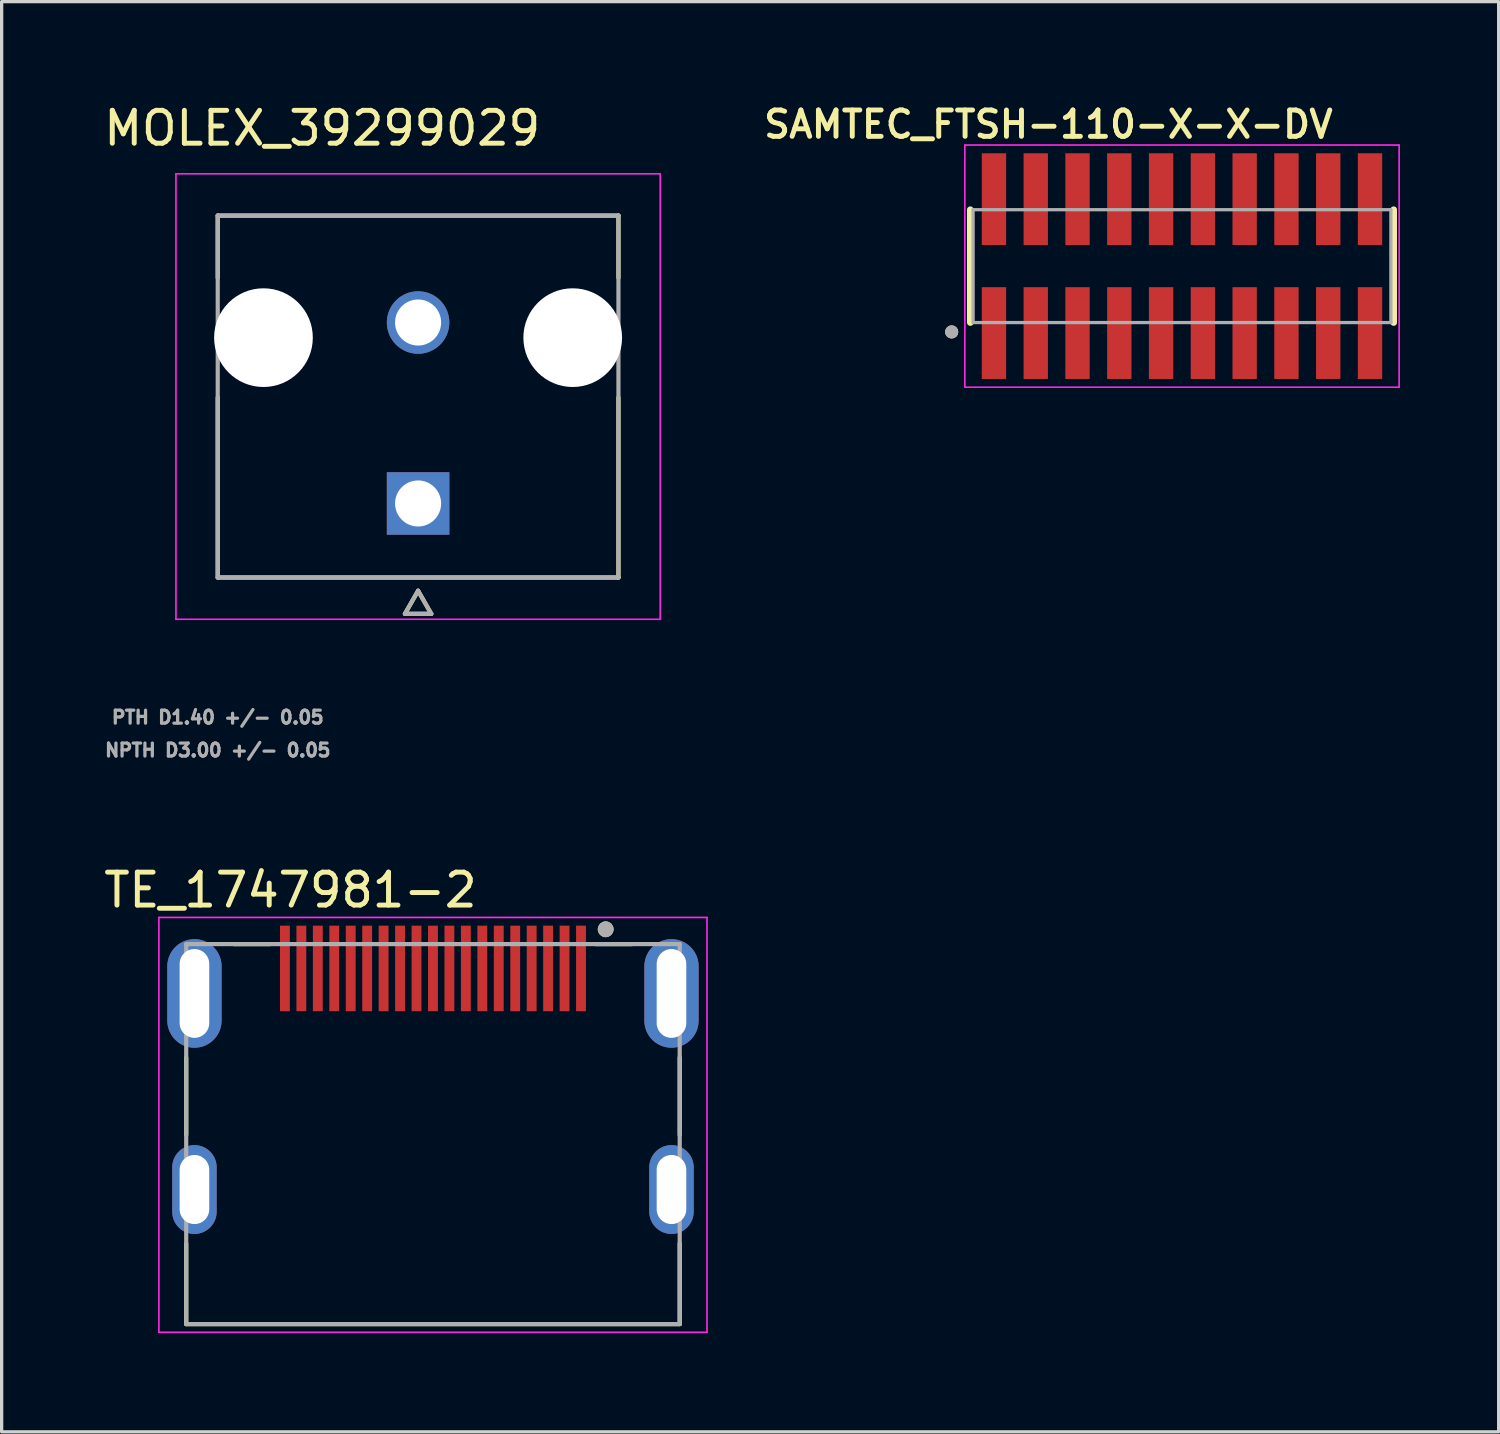
<source format=kicad_pcb>
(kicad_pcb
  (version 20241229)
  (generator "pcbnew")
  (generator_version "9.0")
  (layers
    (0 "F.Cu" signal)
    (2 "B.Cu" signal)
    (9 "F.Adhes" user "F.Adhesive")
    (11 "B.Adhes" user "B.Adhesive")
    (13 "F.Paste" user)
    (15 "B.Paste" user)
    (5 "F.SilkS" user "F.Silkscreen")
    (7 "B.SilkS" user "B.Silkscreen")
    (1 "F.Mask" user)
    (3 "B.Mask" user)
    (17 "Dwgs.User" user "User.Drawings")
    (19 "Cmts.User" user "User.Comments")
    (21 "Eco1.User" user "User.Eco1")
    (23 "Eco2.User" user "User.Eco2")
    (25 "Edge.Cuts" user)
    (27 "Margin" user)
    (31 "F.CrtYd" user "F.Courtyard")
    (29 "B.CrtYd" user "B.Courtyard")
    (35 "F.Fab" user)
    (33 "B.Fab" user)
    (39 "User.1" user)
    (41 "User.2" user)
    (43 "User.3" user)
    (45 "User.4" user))
  (footprint "SAMTEC_FTSH-110-X-X-DV"
    (layer "F.Cu")
    (at 32.877 5.039)
    (property "Reference" "SAMTEC_FTSH-110-X-X-DV" (at -4.06 -4.308 0) (layer "F.SilkS") (effects (font (size 0.8 0.8) (thickness 0.15))))
    (attr smd)
    (fp_line (start -6.435 -1.715) (end -6.435 1.715) (stroke (width 0.2) (type solid)) (layer "F.SilkS"))
    (fp_line (start 6.435 -1.715) (end 6.435 1.715) (stroke (width 0.2) (type solid)) (layer "F.SilkS"))
    (fp_circle (center -7 2) (end -6.9 2) (stroke (width 0.2) (type solid)) (fill no) (layer "F.SilkS"))
    (fp_line (start -6.6 -3.68) (end 6.6 -3.68) (stroke (width 0.05) (type solid)) (layer "F.CrtYd"))
    (fp_line (start -6.6 3.68) (end -6.6 -3.68) (stroke (width 0.05) (type solid)) (layer "F.CrtYd"))
    (fp_line (start 6.6 -3.68) (end 6.6 3.68) (stroke (width 0.05) (type solid)) (layer "F.CrtYd"))
    (fp_line (start 6.6 3.68) (end -6.6 3.68) (stroke (width 0.05) (type solid)) (layer "F.CrtYd"))
    (fp_line (start -6.35 -1.715) (end 6.35 -1.715) (stroke (width 0.1) (type solid)) (layer "F.Fab"))
    (fp_line (start -6.35 1.715) (end -6.35 -1.715) (stroke (width 0.1) (type solid)) (layer "F.Fab"))
    (fp_line (start 6.35 -1.715) (end 6.35 1.715) (stroke (width 0.1) (type solid)) (layer "F.Fab"))
    (fp_line (start 6.35 1.715) (end -6.35 1.715) (stroke (width 0.1) (type solid)) (layer "F.Fab"))
    (fp_circle (center -7 2) (end -6.9 2) (stroke (width 0.2) (type solid)) (fill no) (layer "F.Fab"))
    (pad "01" smd rect (at -5.715 2.035) (size 0.74 2.79) (layers "F.Cu" "F.Mask" "F.Paste"))
    (pad "02" smd rect (at -5.715 -2.035) (size 0.74 2.79) (layers "F.Cu" "F.Mask" "F.Paste"))
    (pad "03" smd rect (at -4.445 2.035) (size 0.74 2.79) (layers "F.Cu" "F.Mask" "F.Paste"))
    (pad "04" smd rect (at -4.445 -2.035) (size 0.74 2.79) (layers "F.Cu" "F.Mask" "F.Paste"))
    (pad "05" smd rect (at -3.175 2.035) (size 0.74 2.79) (layers "F.Cu" "F.Mask" "F.Paste"))
    (pad "06" smd rect (at -3.175 -2.035) (size 0.74 2.79) (layers "F.Cu" "F.Mask" "F.Paste"))
    (pad "07" smd rect (at -1.905 2.035) (size 0.74 2.79) (layers "F.Cu" "F.Mask" "F.Paste"))
    (pad "08" smd rect (at -1.905 -2.035) (size 0.74 2.79) (layers "F.Cu" "F.Mask" "F.Paste"))
    (pad "09" smd rect (at -0.635 2.035) (size 0.74 2.79) (layers "F.Cu" "F.Mask" "F.Paste"))
    (pad "10" smd rect (at -0.635 -2.035) (size 0.74 2.79) (layers "F.Cu" "F.Mask" "F.Paste"))
    (pad "11" smd rect (at 0.635 2.035) (size 0.74 2.79) (layers "F.Cu" "F.Mask" "F.Paste"))
    (pad "12" smd rect (at 0.635 -2.035) (size 0.74 2.79) (layers "F.Cu" "F.Mask" "F.Paste"))
    (pad "13" smd rect (at 1.905 2.035) (size 0.74 2.79) (layers "F.Cu" "F.Mask" "F.Paste"))
    (pad "14" smd rect (at 1.905 -2.035) (size 0.74 2.79) (layers "F.Cu" "F.Mask" "F.Paste"))
    (pad "15" smd rect (at 3.175 2.035) (size 0.74 2.79) (layers "F.Cu" "F.Mask" "F.Paste"))
    (pad "16" smd rect (at 3.175 -2.035) (size 0.74 2.79) (layers "F.Cu" "F.Mask" "F.Paste"))
    (pad "17" smd rect (at 4.445 2.035) (size 0.74 2.79) (layers "F.Cu" "F.Mask" "F.Paste"))
    (pad "18" smd rect (at 4.445 -2.035) (size 0.74 2.79) (layers "F.Cu" "F.Mask" "F.Paste"))
    (pad "19" smd rect (at 5.715 2.035) (size 0.74 2.79) (layers "F.Cu" "F.Mask" "F.Paste"))
    (pad "20" smd rect (at 5.715 -2.035) (size 0.74 2.79) (layers "F.Cu" "F.Mask" "F.Paste")))
  (footprint "TE_1747981-2"
    (layer "F.Cu")
    (at 10.11 27.146)
    (property "Reference" "TE_1747981-2" (at -4.333 -3.141 0) (layer "F.SilkS") (effects (font (size 1.002 1.002) (thickness 0.15))))
    (attr smd)
    (fp_line (start -7.5 4.3) (end -7.5 1.95) (stroke (width 0.127) (type solid)) (layer "F.SilkS"))
    (fp_line (start -7.5 10.05) (end -7.5 7.6) (stroke (width 0.127) (type solid)) (layer "F.SilkS"))
    (fp_line (start -4.95 -1.5) (end -6.05 -1.5) (stroke (width 0.127) (type solid)) (layer "F.SilkS"))
    (fp_line (start 4.95 -1.5) (end 6.05 -1.5) (stroke (width 0.127) (type solid)) (layer "F.SilkS"))
    (fp_line (start 7.5 4.3) (end 7.5 1.95) (stroke (width 0.127) (type solid)) (layer "F.SilkS"))
    (fp_line (start 7.5 10.05) (end -7.5 10.05) (stroke (width 0.127) (type solid)) (layer "F.SilkS"))
    (fp_line (start 7.5 10.05) (end 7.5 7.6) (stroke (width 0.127) (type solid)) (layer "F.SilkS"))
    (fp_circle (center 5.25 -1.95) (end 5.37 -1.95) (stroke (width 0.24) (type solid)) (fill no) (layer "F.SilkS"))
    (fp_line (start -8.33 -2.31) (end 8.33 -2.31) (stroke (width 0.05) (type solid)) (layer "F.CrtYd"))
    (fp_line (start -8.33 10.3) (end -8.33 -2.31) (stroke (width 0.05) (type solid)) (layer "F.CrtYd"))
    (fp_line (start 8.33 -2.31) (end 8.33 10.3) (stroke (width 0.05) (type solid)) (layer "F.CrtYd"))
    (fp_line (start 8.33 10.3) (end -8.33 10.3) (stroke (width 0.05) (type solid)) (layer "F.CrtYd"))
    (fp_line (start -7.5 -1.5) (end 7.5 -1.5) (stroke (width 0.127) (type solid)) (layer "F.Fab"))
    (fp_line (start -7.5 10.05) (end -7.5 -1.5) (stroke (width 0.127) (type solid)) (layer "F.Fab"))
    (fp_line (start 7.5 -1.5) (end 7.5 10.05) (stroke (width 0.127) (type solid)) (layer "F.Fab"))
    (fp_line (start 7.5 10.05) (end -7.5 10.05) (stroke (width 0.127) (type solid)) (layer "F.Fab"))
    (fp_circle (center 5.25 -1.95) (end 5.37 -1.95) (stroke (width 0.24) (type solid)) (fill no) (layer "F.Fab"))
    (pad "1" smd rect (at 4.5 -0.76) (size 0.3 2.6) (layers "F.Cu" "F.Mask" "F.Paste"))
    (pad "2" smd rect (at 4 -0.76) (size 0.3 2.6) (layers "F.Cu" "F.Mask" "F.Paste"))
    (pad "3" smd rect (at 3.5 -0.76) (size 0.3 2.6) (layers "F.Cu" "F.Mask" "F.Paste"))
    (pad "4" smd rect (at 3 -0.76) (size 0.3 2.6) (layers "F.Cu" "F.Mask" "F.Paste"))
    (pad "5" smd rect (at 2.5 -0.76) (size 0.3 2.6) (layers "F.Cu" "F.Mask" "F.Paste"))
    (pad "6" smd rect (at 2 -0.76) (size 0.3 2.6) (layers "F.Cu" "F.Mask" "F.Paste"))
    (pad "7" smd rect (at 1.5 -0.76) (size 0.3 2.6) (layers "F.Cu" "F.Mask" "F.Paste"))
    (pad "8" smd rect (at 1 -0.76) (size 0.3 2.6) (layers "F.Cu" "F.Mask" "F.Paste"))
    (pad "9" smd rect (at 0.5 -0.76) (size 0.3 2.6) (layers "F.Cu" "F.Mask" "F.Paste"))
    (pad "10" smd rect (at 0 -0.76) (size 0.3 2.6) (layers "F.Cu" "F.Mask" "F.Paste"))
    (pad "11" smd rect (at -0.5 -0.76) (size 0.3 2.6) (layers "F.Cu" "F.Mask" "F.Paste"))
    (pad "12" smd rect (at -1 -0.76) (size 0.3 2.6) (layers "F.Cu" "F.Mask" "F.Paste"))
    (pad "13" smd rect (at -1.5 -0.76) (size 0.3 2.6) (layers "F.Cu" "F.Mask" "F.Paste"))
    (pad "14" smd rect (at -2 -0.76) (size 0.3 2.6) (layers "F.Cu" "F.Mask" "F.Paste"))
    (pad "15" smd rect (at -2.5 -0.76) (size 0.3 2.6) (layers "F.Cu" "F.Mask" "F.Paste"))
    (pad "16" smd rect (at -3 -0.76) (size 0.3 2.6) (layers "F.Cu" "F.Mask" "F.Paste"))
    (pad "17" smd rect (at -3.5 -0.76) (size 0.3 2.6) (layers "F.Cu" "F.Mask" "F.Paste"))
    (pad "18" smd rect (at -4 -0.76) (size 0.3 2.6) (layers "F.Cu" "F.Mask" "F.Paste"))
    (pad "19" smd rect (at -4.5 -0.76) (size 0.3 2.6) (layers "F.Cu" "F.Mask" "F.Paste"))
    (pad "SH1" thru_hole oval (at -7.25 0) (size 1.65 3.3) (drill oval 0.9 2.7) (layers "*.Cu" "*.Mask"))
    (pad "SH2" thru_hole oval (at 7.25 0) (size 1.65 3.3) (drill oval 0.9 2.7) (layers "*.Cu" "*.Mask"))
    (pad "SH3" thru_hole oval (at -7.25 5.96) (size 1.35 2.7) (drill oval 0.9 2.1) (layers "*.Cu" "*.Mask"))
    (pad "SH4" thru_hole oval (at 7.25 5.96) (size 1.35 2.7) (drill oval 0.9 2.1) (layers "*.Cu" "*.Mask")))
  (footprint "MOLEX_39299029"
    (layer "F.Cu")
    (at 9.658 12.253)
    (property "Reference" "MOLEX_39299029" (at -2.914 -11.405 0) (layer "F.SilkS") (effects (font (size 1 1) (thickness 0.15))))
    (attr through_hole)
    (fp_circle (center -4.7 -5.04) (end -3.912 -5.04) (stroke (width 1.576) (type solid)) (fill no) (layer "F.Mask"))
    (fp_circle (center 0 -5.5) (end 0.513 -5.5) (stroke (width 1.026) (type solid)) (fill no) (layer "F.Mask"))
    (fp_circle (center 4.7 -5.04) (end 5.488 -5.04) (stroke (width 1.576) (type solid)) (fill no) (layer "F.Mask"))
    (fp_poly (pts (xy -1.026 -1.026) (xy 1.026 -1.026) (xy 1.026 1.026) (xy -1.026 1.026)) (stroke (width 0.01) (type solid)) (fill yes) (layer "F.Mask"))
    (fp_circle (center -4.7 -5.04) (end -3.912 -5.04) (stroke (width 1.576) (type solid)) (fill no) (layer "B.Mask"))
    (fp_circle (center 0 -5.5) (end 0.513 -5.5) (stroke (width 1.026) (type solid)) (fill no) (layer "B.Mask"))
    (fp_circle (center 4.7 -5.04) (end 5.488 -5.04) (stroke (width 1.576) (type solid)) (fill no) (layer "B.Mask"))
    (fp_poly (pts (xy -1.026 -1.026) (xy 1.026 -1.026) (xy 1.026 1.026) (xy -1.026 1.026)) (stroke (width 0.01) (type solid)) (fill yes) (layer "B.Mask"))
    (fp_line (start -6.09 -8.75) (end 6.09 -8.75) (stroke (width 0.127) (type solid)) (layer "F.SilkS"))
    (fp_line (start -6.09 -6.86) (end -6.09 -8.75) (stroke (width 0.127) (type solid)) (layer "F.SilkS"))
    (fp_line (start -6.09 2.25) (end -6.09 -3.22) (stroke (width 0.127) (type solid)) (layer "F.SilkS"))
    (fp_line (start -0.4 3.354) (end 0.4 3.354) (stroke (width 0.127) (type solid)) (layer "F.SilkS"))
    (fp_line (start 0 2.654) (end -0.4 3.354) (stroke (width 0.127) (type solid)) (layer "F.SilkS"))
    (fp_line (start 0.4 3.354) (end 0 2.654) (stroke (width 0.127) (type solid)) (layer "F.SilkS"))
    (fp_line (start 6.09 -8.75) (end 6.09 -6.86) (stroke (width 0.127) (type solid)) (layer "F.SilkS"))
    (fp_line (start 6.09 2.25) (end -6.09 2.25) (stroke (width 0.127) (type solid)) (layer "F.SilkS"))
    (fp_line (start 6.09 2.25) (end 6.09 -3.22) (stroke (width 0.127) (type solid)) (layer "F.SilkS"))
    (fp_line (start -7.36 -10.02) (end 7.36 -10.02) (stroke (width 0.05) (type solid)) (layer "F.CrtYd"))
    (fp_line (start -7.36 3.52) (end -7.36 -10.02) (stroke (width 0.05) (type solid)) (layer "F.CrtYd"))
    (fp_line (start 7.36 -10.02) (end 7.36 3.52) (stroke (width 0.05) (type solid)) (layer "F.CrtYd"))
    (fp_line (start 7.36 3.52) (end -7.36 3.52) (stroke (width 0.05) (type solid)) (layer "F.CrtYd"))
    (fp_line (start -6.09 -8.75) (end 6.09 -8.75) (stroke (width 0.127) (type solid)) (layer "F.Fab"))
    (fp_line (start -6.09 2.25) (end -6.09 -8.75) (stroke (width 0.127) (type solid)) (layer "F.Fab"))
    (fp_line (start -0.4 3.354) (end 0.4 3.354) (stroke (width 0.127) (type solid)) (layer "F.Fab"))
    (fp_line (start 0 2.654) (end -0.4 3.354) (stroke (width 0.127) (type solid)) (layer "F.Fab"))
    (fp_line (start 0.4 3.354) (end 0 2.654) (stroke (width 0.127) (type solid)) (layer "F.Fab"))
    (fp_line (start 6.09 -8.75) (end 6.09 2.25) (stroke (width 0.127) (type solid)) (layer "F.Fab"))
    (fp_line (start 6.09 2.25) (end -6.09 2.25) (stroke (width 0.127) (type solid)) (layer "F.Fab"))
    (fp_text user "PTH D1.40 +/- 0.05" (at -6.089 6.5 0) (layer "F.Fab") (effects (font (size 0.394 0.394) (thickness 0.15))))
    (fp_text user "NPTH D3.00 +/- 0.05" (at -6.089 7.5 0) (layer "F.Fab") (effects (font (size 0.394 0.394) (thickness 0.15))))
    (pad "" np_thru_hole circle (at -4.7 -5.04) (size 3 3) (drill 3) (layers "*.Cu" "*.Mask"))
    (pad "" np_thru_hole circle (at 4.7 -5.04) (size 3 3) (drill 3) (layers "*.Cu" "*.Mask"))
    (pad "1" thru_hole rect (at 0 0) (size 1.9 1.9) (drill 1.4) (layers "*.Cu"))
    (pad "2" thru_hole circle (at 0 -5.5) (size 1.9 1.9) (drill 1.4) (layers "*.Cu")))
  (gr_rect
    (start -3 -3)
    (end 42.502 40.471)
    (stroke (width 0.1) (type default))
    (fill no)
    (layer "Edge.Cuts")))
</source>
